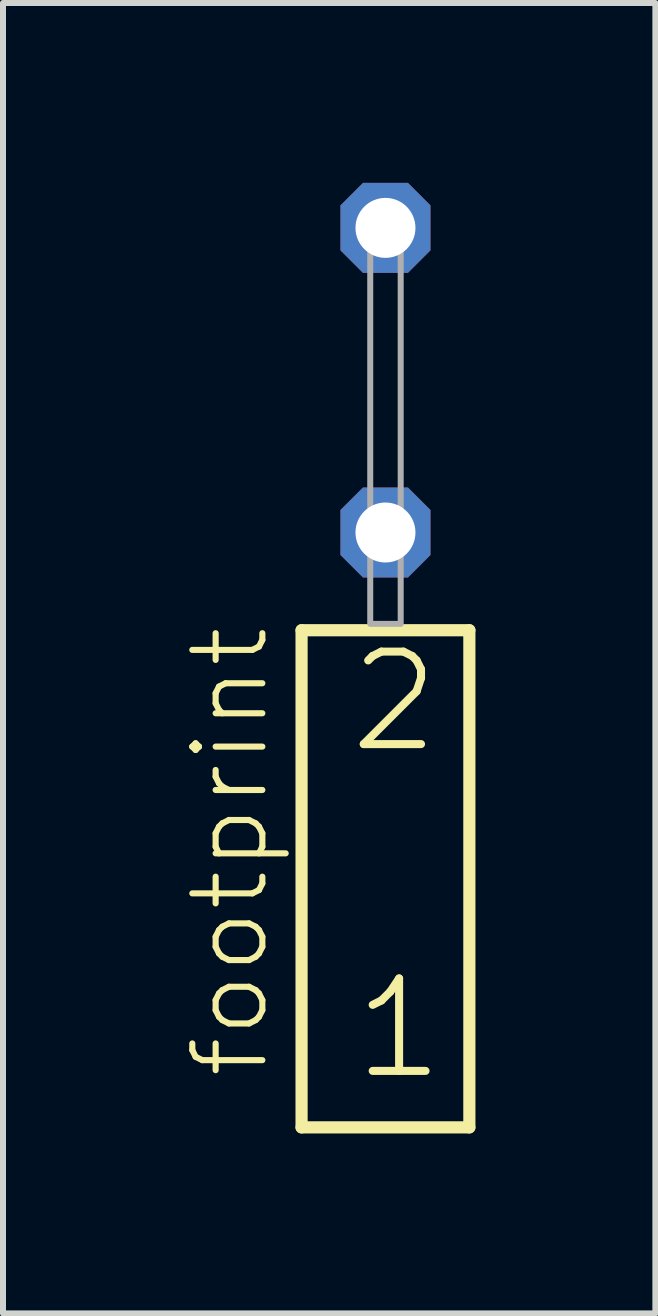
<source format=kicad_pcb>
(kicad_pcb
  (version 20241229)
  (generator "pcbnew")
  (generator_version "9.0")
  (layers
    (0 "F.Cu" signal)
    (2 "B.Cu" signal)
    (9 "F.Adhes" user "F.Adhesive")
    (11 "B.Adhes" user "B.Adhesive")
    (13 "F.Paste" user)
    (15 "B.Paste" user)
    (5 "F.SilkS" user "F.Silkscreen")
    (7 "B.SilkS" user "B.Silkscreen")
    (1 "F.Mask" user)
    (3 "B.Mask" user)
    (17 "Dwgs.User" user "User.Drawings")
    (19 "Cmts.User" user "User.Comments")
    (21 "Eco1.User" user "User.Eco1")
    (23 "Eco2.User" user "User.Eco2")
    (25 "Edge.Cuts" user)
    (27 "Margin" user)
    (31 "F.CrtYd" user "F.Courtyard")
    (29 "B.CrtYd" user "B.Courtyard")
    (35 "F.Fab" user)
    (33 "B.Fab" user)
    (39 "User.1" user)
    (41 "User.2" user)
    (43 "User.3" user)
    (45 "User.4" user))
  (footprint "footprint"
    (layer "F.Cu")
    (at 3.378 7.354)
    (property "Reference" "footprint" (at -1.905 7.62 90) (layer "F.SilkS") (effects (font (size 1.168 1.168) (thickness 0.102)) (justify left bottom)))
    (fp_line (start -1.399 0.106) (end -1.399 8.396) (stroke (width 0.203) (type solid)) (layer "F.SilkS"))
    (fp_line (start -1.399 8.396) (end 1.399 8.396) (stroke (width 0.203) (type solid)) (layer "F.SilkS"))
    (fp_line (start 1.399 0.106) (end -1.399 0.106) (stroke (width 0.203) (type solid)) (layer "F.SilkS"))
    (fp_line (start 1.399 8.396) (end 1.399 0.106) (stroke (width 0.203) (type solid)) (layer "F.SilkS"))
    (fp_poly (pts (xy -0.254 0) (xy 0.254 0) (xy 0.254 -6.858) (xy -0.254 -6.858)) (stroke (width 0.1) (type solid)) (fill no) (layer "F.Fab"))
    (fp_text user "1" (at -0.595 7.65 0) (layer "F.SilkS") (effects (font (size 1.542 1.542) (thickness 0.134)) (justify left bottom)))
    (fp_text user "2" (at -0.67 2.2 0) (layer "F.SilkS") (effects (font (size 1.542 1.542) (thickness 0.134)) (justify left bottom)))
    (pad "1" thru_hole roundrect (at 0 -1.524) (size 1.5 1.5) (drill 1) (layers "*.Cu" "*.Mask") (roundrect_rratio 0.25) (chamfer_ratio 0.25) (chamfer top_left top_right bottom_left bottom_right))
    (pad "2" thru_hole roundrect (at 0 -6.604) (size 1.5 1.5) (drill 1) (layers "*.Cu" "*.Mask") (roundrect_rratio 0.25) (chamfer_ratio 0.25) (chamfer top_left top_right bottom_left bottom_right)))
  (gr_rect
    (start -3 -3)
    (end 7.879 18.852)
    (stroke (width 0.1) (type default))
    (fill no)
    (layer "Edge.Cuts")))
</source>
